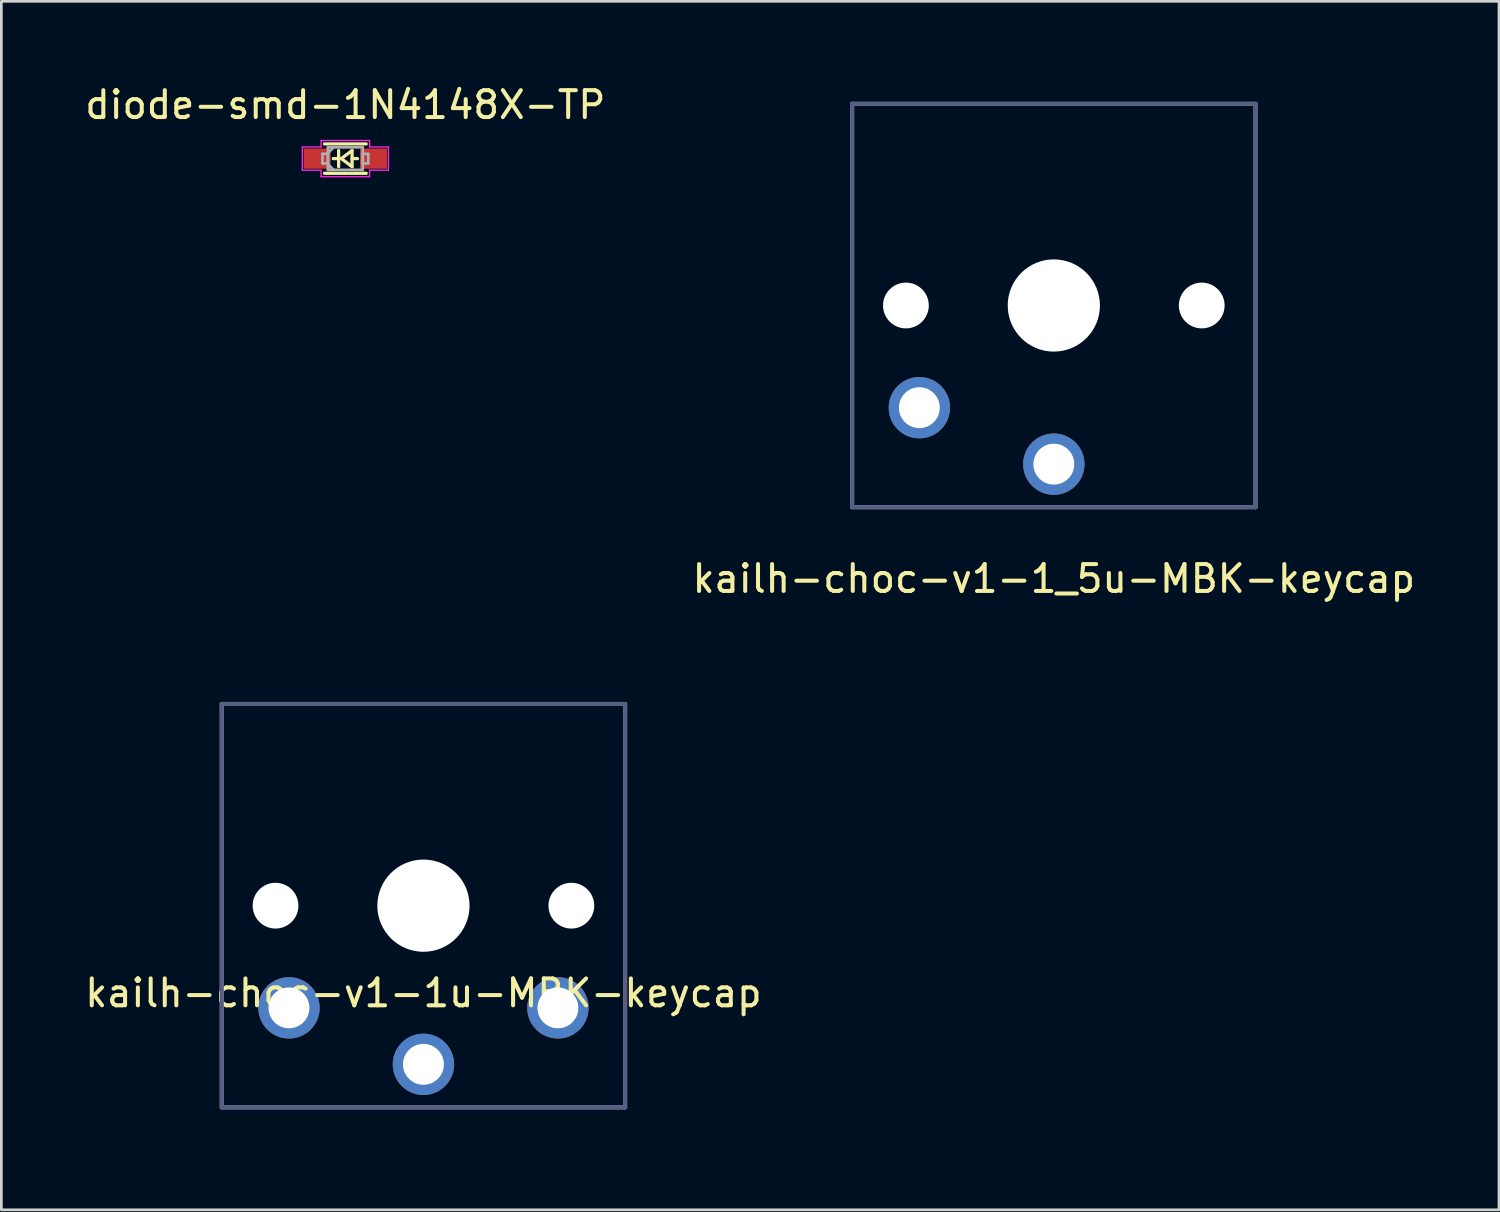
<source format=kicad_pcb>
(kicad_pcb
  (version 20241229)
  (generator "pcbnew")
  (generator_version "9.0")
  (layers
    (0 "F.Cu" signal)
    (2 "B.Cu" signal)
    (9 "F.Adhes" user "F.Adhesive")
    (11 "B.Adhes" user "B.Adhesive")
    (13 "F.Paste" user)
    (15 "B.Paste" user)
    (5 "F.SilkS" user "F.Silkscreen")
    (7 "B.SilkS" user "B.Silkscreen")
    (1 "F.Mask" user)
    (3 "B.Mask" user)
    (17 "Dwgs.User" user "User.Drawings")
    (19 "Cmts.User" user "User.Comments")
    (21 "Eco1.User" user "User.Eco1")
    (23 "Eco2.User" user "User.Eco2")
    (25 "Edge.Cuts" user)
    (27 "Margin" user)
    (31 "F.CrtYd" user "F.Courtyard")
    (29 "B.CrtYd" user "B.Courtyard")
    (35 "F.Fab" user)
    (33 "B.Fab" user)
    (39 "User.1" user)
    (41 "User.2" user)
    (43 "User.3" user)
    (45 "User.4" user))
  (footprint "kailh-choc-v1-1u-MBK-keycap"
    (layer "F.Cu")
    (at 12.696 30.628)
    (property "Reference" "kailh-choc-v1-1u-MBK-keycap" (at 0 3.25 0) (unlocked yes) (layer "F.SilkS") (effects (font (size 1 1) (thickness 0.15))))
    (attr through_hole)
    (fp_line (start -8.75 7.25) (end -8.75 -7.25) (stroke (width 0.12) (type solid)) (layer "Eco1.User"))
    (fp_line (start -7.75 -8.25) (end 7.75 -8.25) (stroke (width 0.12) (type solid)) (layer "Eco1.User"))
    (fp_line (start -7.75 8.25) (end 7.75 8.25) (stroke (width 0.12) (type solid)) (layer "Eco1.User"))
    (fp_line (start 8.75 7.25) (end 8.75 -7.25) (stroke (width 0.12) (type solid)) (layer "Eco1.User"))
    (fp_arc (start -8.75 -7.25) (mid -8.457107 -7.957107) (end -7.75 -8.25) (stroke (width 0.12) (type solid)) (layer "Eco1.User"))
    (fp_arc (start -7.75 8.25) (mid -8.457107 7.957107) (end -8.75 7.25) (stroke (width 0.12) (type solid)) (layer "Eco1.User"))
    (fp_arc (start 7.75 -8.25) (mid 8.457107 -7.957107) (end 8.75 -7.25) (stroke (width 0.12) (type solid)) (layer "Eco1.User"))
    (fp_arc (start 8.75 7.25) (mid 8.457107 7.957107) (end 7.75 8.25) (stroke (width 0.12) (type solid)) (layer "Eco1.User"))
    (fp_line (start -6.9 6.9) (end -6.9 -6.9) (stroke (width 0.15) (type solid)) (layer "Eco2.User"))
    (fp_line (start -6.9 6.9) (end 6.9 6.9) (stroke (width 0.15) (type solid)) (layer "Eco2.User"))
    (fp_line (start -2.6 -3.1) (end -2.6 -6.3) (stroke (width 0.15) (type solid)) (layer "Eco2.User"))
    (fp_line (start -2.6 -3.1) (end 2.6 -3.1) (stroke (width 0.15) (type solid)) (layer "Eco2.User"))
    (fp_line (start 2.6 -6.3) (end -2.6 -6.3) (stroke (width 0.15) (type solid)) (layer "Eco2.User"))
    (fp_line (start 2.6 -3.1) (end 2.6 -6.3) (stroke (width 0.15) (type solid)) (layer "Eco2.User"))
    (fp_line (start 6.9 -6.9) (end -6.9 -6.9) (stroke (width 0.15) (type solid)) (layer "Eco2.User"))
    (fp_line (start 6.9 -6.9) (end 6.9 6.9) (stroke (width 0.15) (type solid)) (layer "Eco2.User"))
    (fp_line (start -7.5 -7.5) (end 7.5 -7.5) (stroke (width 0.15) (type solid)) (layer "B.Fab"))
    (fp_line (start -7.5 7.5) (end -7.5 -7.5) (stroke (width 0.15) (type solid)) (layer "B.Fab"))
    (fp_line (start 7.5 -7.5) (end 7.5 7.5) (stroke (width 0.15) (type solid)) (layer "B.Fab"))
    (fp_line (start 7.5 7.5) (end -7.5 7.5) (stroke (width 0.15) (type solid)) (layer "B.Fab"))
    (fp_line (start -7.5 -7.5) (end 7.5 -7.5) (stroke (width 0.15) (type solid)) (layer "F.Fab"))
    (fp_line (start -7.5 7.5) (end -7.5 -7.5) (stroke (width 0.15) (type solid)) (layer "F.Fab"))
    (fp_line (start 7.5 -7.5) (end 7.5 7.5) (stroke (width 0.15) (type solid)) (layer "F.Fab"))
    (fp_line (start 7.5 7.5) (end -7.5 7.5) (stroke (width 0.15) (type solid)) (layer "F.Fab"))
    (pad "" np_thru_hole circle (at -5.5 0) (size 1.702 1.702) (drill 1.702) (layers "*.Cu" "*.Mask"))
    (pad "" np_thru_hole circle (at 0 0) (size 3.429 3.429) (drill 3.429) (layers "*.Cu" "*.Mask"))
    (pad "" np_thru_hole circle (at 5.5 0) (size 1.702 1.702) (drill 1.702) (layers "*.Cu" "*.Mask"))
    (pad "1" thru_hole circle (at 0 5.9) (size 2.282 2.282) (drill 1.52) (layers "*.Cu" "*.Mask"))
    (pad "2" thru_hole circle (at -5 3.8) (size 2.282 2.282) (drill 1.52) (layers "*.Cu" "*.Mask"))
    (pad "3" thru_hole circle (at 5 3.8) (size 2.282 2.282) (drill 1.52) (layers "*.Cu" "*.Mask")))
  (footprint "diode-smd-1N4148X-TP"
    (layer "F.Cu")
    (at 9.792 2.848)
    (property "Reference" "diode-smd-1N4148X-TP" (at 0 -2 0) (layer "F.SilkS") (effects (font (size 1 1) (thickness 0.15))))
    (attr through_hole)
    (fp_line (start -0.775 0.546) (end 0.775 0.546) (stroke (width 0.12) (type solid)) (layer "F.SilkS"))
    (fp_line (start -0.25 -0.3) (end -0.25 0.3) (stroke (width 0.12) (type solid)) (layer "F.SilkS"))
    (fp_line (start -0.25 0) (end -0.45 0) (stroke (width 0.12) (type solid)) (layer "F.SilkS"))
    (fp_line (start -0.15 0) (end 0.25 0.3) (stroke (width 0.12) (type solid)) (layer "F.SilkS"))
    (fp_line (start 0.25 -0.3) (end -0.15 0) (stroke (width 0.12) (type solid)) (layer "F.SilkS"))
    (fp_line (start 0.25 0) (end 0.45 0) (stroke (width 0.12) (type solid)) (layer "F.SilkS"))
    (fp_line (start 0.25 0.3) (end 0.25 -0.3) (stroke (width 0.12) (type solid)) (layer "F.SilkS"))
    (fp_line (start 0.775 -0.546) (end -0.775 -0.546) (stroke (width 0.12) (type solid)) (layer "F.SilkS"))
    (fp_line (start -1.6 -0.432) (end -0.902 -0.432) (stroke (width 0.05) (type solid)) (layer "F.CrtYd"))
    (fp_line (start -1.6 0.432) (end -1.6 -0.432) (stroke (width 0.05) (type solid)) (layer "F.CrtYd"))
    (fp_line (start -0.902 -0.673) (end 0.902 -0.673) (stroke (width 0.05) (type solid)) (layer "F.CrtYd"))
    (fp_line (start -0.902 -0.432) (end -0.902 -0.673) (stroke (width 0.05) (type solid)) (layer "F.CrtYd"))
    (fp_line (start -0.902 0.432) (end -1.6 0.432) (stroke (width 0.05) (type solid)) (layer "F.CrtYd"))
    (fp_line (start -0.902 0.673) (end -0.902 0.432) (stroke (width 0.05) (type solid)) (layer "F.CrtYd"))
    (fp_line (start 0.902 -0.673) (end 0.902 -0.432) (stroke (width 0.05) (type solid)) (layer "F.CrtYd"))
    (fp_line (start 0.902 -0.432) (end 1.6 -0.432) (stroke (width 0.05) (type solid)) (layer "F.CrtYd"))
    (fp_line (start 0.902 0.432) (end 0.902 0.673) (stroke (width 0.05) (type solid)) (layer "F.CrtYd"))
    (fp_line (start 0.902 0.673) (end -0.902 0.673) (stroke (width 0.05) (type solid)) (layer "F.CrtYd"))
    (fp_line (start 1.6 -0.432) (end 1.6 0.432) (stroke (width 0.05) (type solid)) (layer "F.CrtYd"))
    (fp_line (start 1.6 0.432) (end 0.902 0.432) (stroke (width 0.05) (type solid)) (layer "F.CrtYd"))
    (fp_line (start -0.851 -0.178) (end -0.851 0.178) (stroke (width 0.1) (type solid)) (layer "F.Fab"))
    (fp_line (start -0.851 0.178) (end -0.648 0.178) (stroke (width 0.1) (type solid)) (layer "F.Fab"))
    (fp_line (start -0.648 -0.419) (end -0.648 0.419) (stroke (width 0.1) (type solid)) (layer "F.Fab"))
    (fp_line (start -0.648 -0.21) (end -0.438 -0.419) (stroke (width 0.1) (type solid)) (layer "F.Fab"))
    (fp_line (start -0.648 -0.178) (end -0.851 -0.178) (stroke (width 0.1) (type solid)) (layer "F.Fab"))
    (fp_line (start -0.648 0.178) (end -0.648 -0.178) (stroke (width 0.1) (type solid)) (layer "F.Fab"))
    (fp_line (start -0.648 0.21) (end -0.438 0.419) (stroke (width 0.1) (type solid)) (layer "F.Fab"))
    (fp_line (start -0.648 0.419) (end 0.648 0.419) (stroke (width 0.1) (type solid)) (layer "F.Fab"))
    (fp_line (start 0.648 -0.419) (end -0.648 -0.419) (stroke (width 0.1) (type solid)) (layer "F.Fab"))
    (fp_line (start 0.648 -0.178) (end 0.648 0.178) (stroke (width 0.1) (type solid)) (layer "F.Fab"))
    (fp_line (start 0.648 0.178) (end 0.851 0.178) (stroke (width 0.1) (type solid)) (layer "F.Fab"))
    (fp_line (start 0.648 0.419) (end 0.648 -0.419) (stroke (width 0.1) (type solid)) (layer "F.Fab"))
    (fp_line (start 0.851 -0.178) (end 0.648 -0.178) (stroke (width 0.1) (type solid)) (layer "F.Fab"))
    (fp_line (start 0.851 0.178) (end 0.851 -0.178) (stroke (width 0.1) (type solid)) (layer "F.Fab"))
    (pad "1" smd rect (at -1.046 0) (size 1 0.75) (layers "F.Cu" "F.Mask" "F.Paste"))
    (pad "2" smd rect (at 1.046 0) (size 1 0.75) (layers "F.Cu" "F.Mask" "F.Paste")))
  (footprint "kailh-choc-v1-1_5u-MBK-keycap"
    (layer "F.Cu")
    (at 36.137 8.31)
    (property "Reference" "kailh-choc-v1-1_5u-MBK-keycap" (at 0 10.16 0) (unlocked yes) (layer "F.SilkS") (effects (font (size 1 1) (thickness 0.15))))
    (attr through_hole)
    (fp_line (start -13.25 7.25) (end -13.25 -7.25) (stroke (width 0.12) (type solid)) (layer "Eco1.User"))
    (fp_line (start 12.25 -8.25) (end -12.25 -8.25) (stroke (width 0.12) (type solid)) (layer "Eco1.User"))
    (fp_line (start 12.25 8.25) (end -12.25 8.25) (stroke (width 0.12) (type solid)) (layer "Eco1.User"))
    (fp_line (start 13.25 7.25) (end 13.25 -7.25) (stroke (width 0.12) (type solid)) (layer "Eco1.User"))
    (fp_arc (start -13.25 -7.25) (mid -12.957107 -7.957107) (end -12.25 -8.25) (stroke (width 0.12) (type solid)) (layer "Eco1.User"))
    (fp_arc (start -12.25 8.25) (mid -12.957107 7.957107) (end -13.25 7.25) (stroke (width 0.12) (type solid)) (layer "Eco1.User"))
    (fp_arc (start 12.25 -8.25) (mid 12.957107 -7.957107) (end 13.25 -7.25) (stroke (width 0.12) (type solid)) (layer "Eco1.User"))
    (fp_arc (start 13.25 7.25) (mid 12.957107 7.957107) (end 12.25 8.25) (stroke (width 0.12) (type solid)) (layer "Eco1.User"))
    (fp_line (start -6.9 6.9) (end -6.9 -6.9) (stroke (width 0.15) (type solid)) (layer "Eco2.User"))
    (fp_line (start -6.9 6.9) (end 6.9 6.9) (stroke (width 0.15) (type solid)) (layer "Eco2.User"))
    (fp_line (start -2.6 -3.1) (end -2.6 -6.3) (stroke (width 0.15) (type solid)) (layer "Eco2.User"))
    (fp_line (start -2.6 -3.1) (end 2.6 -3.1) (stroke (width 0.15) (type solid)) (layer "Eco2.User"))
    (fp_line (start 2.6 -6.3) (end -2.6 -6.3) (stroke (width 0.15) (type solid)) (layer "Eco2.User"))
    (fp_line (start 2.6 -3.1) (end 2.6 -6.3) (stroke (width 0.15) (type solid)) (layer "Eco2.User"))
    (fp_line (start 6.9 -6.9) (end -6.9 -6.9) (stroke (width 0.15) (type solid)) (layer "Eco2.User"))
    (fp_line (start 6.9 -6.9) (end 6.9 6.9) (stroke (width 0.15) (type solid)) (layer "Eco2.User"))
    (fp_line (start -7.5 -7.5) (end 7.5 -7.5) (stroke (width 0.15) (type solid)) (layer "B.Fab"))
    (fp_line (start -7.5 7.5) (end -7.5 -7.5) (stroke (width 0.15) (type solid)) (layer "B.Fab"))
    (fp_line (start 7.5 -7.5) (end 7.5 7.5) (stroke (width 0.15) (type solid)) (layer "B.Fab"))
    (fp_line (start 7.5 7.5) (end -7.5 7.5) (stroke (width 0.15) (type solid)) (layer "B.Fab"))
    (fp_line (start -7.5 -7.5) (end 7.5 -7.5) (stroke (width 0.15) (type solid)) (layer "F.Fab"))
    (fp_line (start -7.5 7.5) (end -7.5 -7.5) (stroke (width 0.15) (type solid)) (layer "F.Fab"))
    (fp_line (start 7.5 -7.5) (end 7.5 7.5) (stroke (width 0.15) (type solid)) (layer "F.Fab"))
    (fp_line (start 7.5 7.5) (end -7.5 7.5) (stroke (width 0.15) (type solid)) (layer "F.Fab"))
    (pad "" np_thru_hole circle (at -5.5 0) (size 1.702 1.702) (drill 1.702) (layers "*.Cu" "*.Mask"))
    (pad "" np_thru_hole circle (at 0 0) (size 3.429 3.429) (drill 3.429) (layers "*.Cu" "*.Mask"))
    (pad "" np_thru_hole circle (at 5.5 0) (size 1.702 1.702) (drill 1.702) (layers "*.Cu" "*.Mask"))
    (pad "1" thru_hole circle (at 0 5.9) (size 2.282 2.282) (drill 1.52) (layers "*.Cu" "*.Mask"))
    (pad "2" thru_hole circle (at -5 3.8) (size 2.282 2.282) (drill 1.52) (layers "*.Cu" "*.Mask")))
  (gr_rect
    (start -3 -3)
    (end 52.69 41.938)
    (stroke (width 0.1) (type default))
    (fill no)
    (layer "Edge.Cuts")))
</source>
